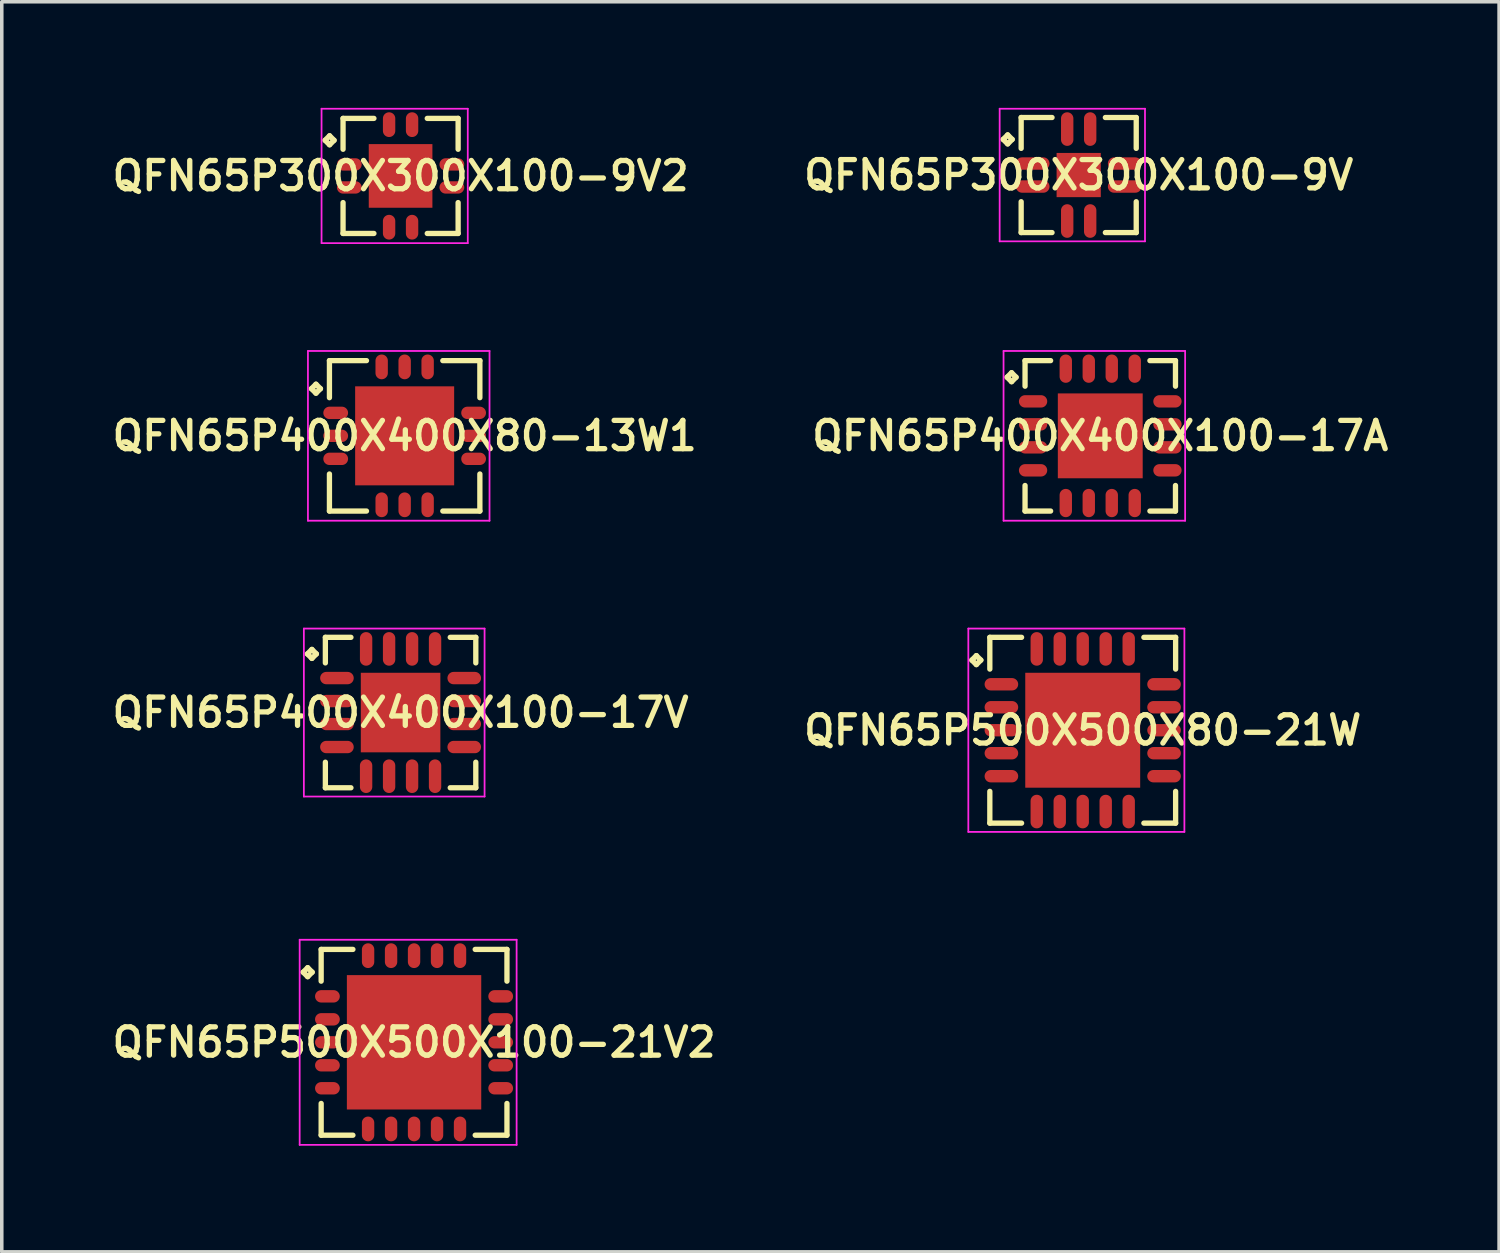
<source format=kicad_pcb>
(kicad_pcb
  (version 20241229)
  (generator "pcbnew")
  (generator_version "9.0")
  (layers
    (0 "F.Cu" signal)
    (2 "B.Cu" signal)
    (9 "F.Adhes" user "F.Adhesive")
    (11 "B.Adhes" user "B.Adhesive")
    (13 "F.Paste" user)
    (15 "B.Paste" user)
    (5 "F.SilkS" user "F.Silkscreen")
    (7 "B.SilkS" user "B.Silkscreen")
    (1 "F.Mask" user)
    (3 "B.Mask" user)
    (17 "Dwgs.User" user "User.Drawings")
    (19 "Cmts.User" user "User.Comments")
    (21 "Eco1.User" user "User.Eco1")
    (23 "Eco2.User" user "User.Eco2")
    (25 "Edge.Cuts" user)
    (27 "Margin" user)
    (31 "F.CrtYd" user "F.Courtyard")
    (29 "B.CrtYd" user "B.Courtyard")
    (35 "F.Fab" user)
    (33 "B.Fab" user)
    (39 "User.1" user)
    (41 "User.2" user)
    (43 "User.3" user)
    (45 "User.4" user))
  (footprint "QFN65P300X300X100-9V2"
    (layer "F.Cu")
    (at 8.278 1.925)
    (property "Reference" "QFN65P300X300X100-9V2" (at 0 0 0) (layer "F.SilkS") (effects (font (size 0.8 0.8) (thickness 0.15))))
    (attr smd)
    (fp_line (start -2.135 -1.008) (end -2.008 -1.135) (stroke (width 0.15) (type solid)) (layer "F.SilkS"))
    (fp_line (start -2.008 -1.135) (end -1.881 -1.008) (stroke (width 0.15) (type solid)) (layer "F.SilkS"))
    (fp_line (start -2.008 -0.881) (end -2.135 -1.008) (stroke (width 0.15) (type solid)) (layer "F.SilkS"))
    (fp_line (start -1.881 -1.008) (end -2.008 -0.881) (stroke (width 0.15) (type solid)) (layer "F.SilkS"))
    (fp_line (start -1.627 -1.627) (end -0.754 -1.627) (stroke (width 0.15) (type solid)) (layer "F.SilkS"))
    (fp_line (start -1.627 -0.754) (end -1.627 -1.627) (stroke (width 0.15) (type solid)) (layer "F.SilkS"))
    (fp_line (start -1.627 0.754) (end -1.627 1.627) (stroke (width 0.15) (type solid)) (layer "F.SilkS"))
    (fp_line (start -1.627 1.627) (end -0.754 1.627) (stroke (width 0.15) (type solid)) (layer "F.SilkS"))
    (fp_line (start 0.754 -1.627) (end 1.627 -1.627) (stroke (width 0.15) (type solid)) (layer "F.SilkS"))
    (fp_line (start 0.754 1.627) (end 1.627 1.627) (stroke (width 0.15) (type solid)) (layer "F.SilkS"))
    (fp_line (start 1.627 -1.627) (end 1.627 -0.754) (stroke (width 0.15) (type solid)) (layer "F.SilkS"))
    (fp_line (start 1.627 1.627) (end 1.627 0.754) (stroke (width 0.15) (type solid)) (layer "F.SilkS"))
    (fp_line (start -2.235 -1.9) (end 1.9 -1.9) (stroke (width 0.05) (type solid)) (layer "F.CrtYd"))
    (fp_line (start -2.235 1.9) (end -2.235 -1.9) (stroke (width 0.05) (type solid)) (layer "F.CrtYd"))
    (fp_line (start 1.9 -1.9) (end 1.9 1.9) (stroke (width 0.05) (type solid)) (layer "F.CrtYd"))
    (fp_line (start 1.9 1.9) (end -2.235 1.9) (stroke (width 0.05) (type solid)) (layer "F.CrtYd"))
    (pad "1" smd oval (at -1.45 -0.325) (size 0.7 0.35) (layers "F.Cu" "F.Mask" "F.Paste"))
    (pad "2" smd oval (at -1.45 0.325) (size 0.7 0.35) (layers "F.Cu" "F.Mask" "F.Paste"))
    (pad "3" smd oval (at -0.325 1.45) (size 0.35 0.7) (layers "F.Cu" "F.Mask" "F.Paste"))
    (pad "4" smd oval (at 0.325 1.45) (size 0.35 0.7) (layers "F.Cu" "F.Mask" "F.Paste"))
    (pad "5" smd oval (at 1.45 0.325) (size 0.7 0.35) (layers "F.Cu" "F.Mask" "F.Paste"))
    (pad "6" smd oval (at 1.45 -0.325) (size 0.7 0.35) (layers "F.Cu" "F.Mask" "F.Paste"))
    (pad "7" smd oval (at 0.325 -1.45) (size 0.35 0.7) (layers "F.Cu" "F.Mask" "F.Paste"))
    (pad "8" smd oval (at -0.325 -1.45) (size 0.35 0.7) (layers "F.Cu" "F.Mask" "F.Paste"))
    (pad "9" smd rect (at 0 0) (size 1.8 1.8) (layers "F.Cu" "F.Mask" "F.Paste")))
  (footprint "QFN65P500X500X100-21V2"
    (layer "F.Cu")
    (at 8.659 26.425)
    (property "Reference" "QFN65P500X500X100-21V2" (at 0 0 0) (layer "F.SilkS") (effects (font (size 0.8 0.8) (thickness 0.15))))
    (attr smd)
    (fp_line (start -3.135 -1.983) (end -3.008 -2.11) (stroke (width 0.15) (type solid)) (layer "F.SilkS"))
    (fp_line (start -3.008 -2.11) (end -2.881 -1.983) (stroke (width 0.15) (type solid)) (layer "F.SilkS"))
    (fp_line (start -3.008 -1.856) (end -3.135 -1.983) (stroke (width 0.15) (type solid)) (layer "F.SilkS"))
    (fp_line (start -2.881 -1.983) (end -3.008 -1.856) (stroke (width 0.15) (type solid)) (layer "F.SilkS"))
    (fp_line (start -2.627 -2.627) (end -1.729 -2.627) (stroke (width 0.15) (type solid)) (layer "F.SilkS"))
    (fp_line (start -2.627 -1.729) (end -2.627 -2.627) (stroke (width 0.15) (type solid)) (layer "F.SilkS"))
    (fp_line (start -2.627 1.729) (end -2.627 2.627) (stroke (width 0.15) (type solid)) (layer "F.SilkS"))
    (fp_line (start -2.627 2.627) (end -1.729 2.627) (stroke (width 0.15) (type solid)) (layer "F.SilkS"))
    (fp_line (start 1.729 -2.627) (end 2.627 -2.627) (stroke (width 0.15) (type solid)) (layer "F.SilkS"))
    (fp_line (start 1.729 2.627) (end 2.627 2.627) (stroke (width 0.15) (type solid)) (layer "F.SilkS"))
    (fp_line (start 2.627 -2.627) (end 2.627 -1.729) (stroke (width 0.15) (type solid)) (layer "F.SilkS"))
    (fp_line (start 2.627 2.627) (end 2.627 1.729) (stroke (width 0.15) (type solid)) (layer "F.SilkS"))
    (fp_line (start -3.235 -2.9) (end 2.9 -2.9) (stroke (width 0.05) (type solid)) (layer "F.CrtYd"))
    (fp_line (start -3.235 2.9) (end -3.235 -2.9) (stroke (width 0.05) (type solid)) (layer "F.CrtYd"))
    (fp_line (start 2.9 -2.9) (end 2.9 2.9) (stroke (width 0.05) (type solid)) (layer "F.CrtYd"))
    (fp_line (start 2.9 2.9) (end -3.235 2.9) (stroke (width 0.05) (type solid)) (layer "F.CrtYd"))
    (pad "1" smd oval (at -2.45 -1.3) (size 0.7 0.35) (layers "F.Cu" "F.Mask" "F.Paste"))
    (pad "2" smd oval (at -2.45 -0.65) (size 0.7 0.35) (layers "F.Cu" "F.Mask" "F.Paste"))
    (pad "3" smd oval (at -2.45 0) (size 0.7 0.35) (layers "F.Cu" "F.Mask" "F.Paste"))
    (pad "4" smd oval (at -2.45 0.65) (size 0.7 0.35) (layers "F.Cu" "F.Mask" "F.Paste"))
    (pad "5" smd oval (at -2.45 1.3) (size 0.7 0.35) (layers "F.Cu" "F.Mask" "F.Paste"))
    (pad "6" smd oval (at -1.3 2.45) (size 0.35 0.7) (layers "F.Cu" "F.Mask" "F.Paste"))
    (pad "7" smd oval (at -0.65 2.45) (size 0.35 0.7) (layers "F.Cu" "F.Mask" "F.Paste"))
    (pad "8" smd oval (at 0 2.45) (size 0.35 0.7) (layers "F.Cu" "F.Mask" "F.Paste"))
    (pad "9" smd oval (at 0.65 2.45) (size 0.35 0.7) (layers "F.Cu" "F.Mask" "F.Paste"))
    (pad "10" smd oval (at 1.3 2.45) (size 0.35 0.7) (layers "F.Cu" "F.Mask" "F.Paste"))
    (pad "11" smd oval (at 2.45 1.3) (size 0.7 0.35) (layers "F.Cu" "F.Mask" "F.Paste"))
    (pad "12" smd oval (at 2.45 0.65) (size 0.7 0.35) (layers "F.Cu" "F.Mask" "F.Paste"))
    (pad "13" smd oval (at 2.45 0) (size 0.7 0.35) (layers "F.Cu" "F.Mask" "F.Paste"))
    (pad "14" smd oval (at 2.45 -0.65) (size 0.7 0.35) (layers "F.Cu" "F.Mask" "F.Paste"))
    (pad "15" smd oval (at 2.45 -1.3) (size 0.7 0.35) (layers "F.Cu" "F.Mask" "F.Paste"))
    (pad "16" smd oval (at 1.3 -2.45) (size 0.35 0.7) (layers "F.Cu" "F.Mask" "F.Paste"))
    (pad "17" smd oval (at 0.65 -2.45) (size 0.35 0.7) (layers "F.Cu" "F.Mask" "F.Paste"))
    (pad "18" smd oval (at 0 -2.45) (size 0.35 0.7) (layers "F.Cu" "F.Mask" "F.Paste"))
    (pad "19" smd oval (at -0.65 -2.45) (size 0.35 0.7) (layers "F.Cu" "F.Mask" "F.Paste"))
    (pad "20" smd oval (at -1.3 -2.45) (size 0.35 0.7) (layers "F.Cu" "F.Mask" "F.Paste"))
    (pad "21" smd rect (at 0 0) (size 3.8 3.8) (layers "F.Cu" "F.Mask" "F.Paste")))
  (footprint "QFN65P500X500X80-21W"
    (layer "F.Cu")
    (at 27.568 17.6)
    (property "Reference" "QFN65P500X500X80-21W" (at 0 0 0) (layer "F.SilkS") (effects (font (size 0.8 0.8) (thickness 0.15))))
    (attr smd)
    (fp_line (start -3.135 -1.983) (end -3.008 -2.11) (stroke (width 0.15) (type solid)) (layer "F.SilkS"))
    (fp_line (start -3.008 -2.11) (end -2.881 -1.983) (stroke (width 0.15) (type solid)) (layer "F.SilkS"))
    (fp_line (start -3.008 -1.856) (end -3.135 -1.983) (stroke (width 0.15) (type solid)) (layer "F.SilkS"))
    (fp_line (start -2.881 -1.983) (end -3.008 -1.856) (stroke (width 0.15) (type solid)) (layer "F.SilkS"))
    (fp_line (start -2.627 -2.627) (end -1.729 -2.627) (stroke (width 0.15) (type solid)) (layer "F.SilkS"))
    (fp_line (start -2.627 -1.729) (end -2.627 -2.627) (stroke (width 0.15) (type solid)) (layer "F.SilkS"))
    (fp_line (start -2.627 1.729) (end -2.627 2.627) (stroke (width 0.15) (type solid)) (layer "F.SilkS"))
    (fp_line (start -2.627 2.627) (end -1.729 2.627) (stroke (width 0.15) (type solid)) (layer "F.SilkS"))
    (fp_line (start 1.729 -2.627) (end 2.627 -2.627) (stroke (width 0.15) (type solid)) (layer "F.SilkS"))
    (fp_line (start 1.729 2.627) (end 2.627 2.627) (stroke (width 0.15) (type solid)) (layer "F.SilkS"))
    (fp_line (start 2.627 -2.627) (end 2.627 -1.729) (stroke (width 0.15) (type solid)) (layer "F.SilkS"))
    (fp_line (start 2.627 2.627) (end 2.627 1.729) (stroke (width 0.15) (type solid)) (layer "F.SilkS"))
    (fp_line (start -3.235 -2.875) (end 2.875 -2.875) (stroke (width 0.05) (type solid)) (layer "F.CrtYd"))
    (fp_line (start -3.235 2.875) (end -3.235 -2.875) (stroke (width 0.05) (type solid)) (layer "F.CrtYd"))
    (fp_line (start 2.875 -2.875) (end 2.875 2.875) (stroke (width 0.05) (type solid)) (layer "F.CrtYd"))
    (fp_line (start 2.875 2.875) (end -3.235 2.875) (stroke (width 0.05) (type solid)) (layer "F.CrtYd"))
    (pad "1" smd oval (at -2.3 -1.3) (size 0.95 0.35) (layers "F.Cu" "F.Mask" "F.Paste"))
    (pad "2" smd oval (at -2.3 -0.65) (size 0.95 0.35) (layers "F.Cu" "F.Mask" "F.Paste"))
    (pad "3" smd oval (at -2.3 0) (size 0.95 0.35) (layers "F.Cu" "F.Mask" "F.Paste"))
    (pad "4" smd oval (at -2.3 0.65) (size 0.95 0.35) (layers "F.Cu" "F.Mask" "F.Paste"))
    (pad "5" smd oval (at -2.3 1.3) (size 0.95 0.35) (layers "F.Cu" "F.Mask" "F.Paste"))
    (pad "6" smd oval (at -1.3 2.3) (size 0.35 0.95) (layers "F.Cu" "F.Mask" "F.Paste"))
    (pad "7" smd oval (at -0.65 2.3) (size 0.35 0.95) (layers "F.Cu" "F.Mask" "F.Paste"))
    (pad "8" smd oval (at 0 2.3) (size 0.35 0.95) (layers "F.Cu" "F.Mask" "F.Paste"))
    (pad "9" smd oval (at 0.65 2.3) (size 0.35 0.95) (layers "F.Cu" "F.Mask" "F.Paste"))
    (pad "10" smd oval (at 1.3 2.3) (size 0.35 0.95) (layers "F.Cu" "F.Mask" "F.Paste"))
    (pad "11" smd oval (at 2.3 1.3) (size 0.95 0.35) (layers "F.Cu" "F.Mask" "F.Paste"))
    (pad "12" smd oval (at 2.3 0.65) (size 0.95 0.35) (layers "F.Cu" "F.Mask" "F.Paste"))
    (pad "13" smd oval (at 2.3 0) (size 0.95 0.35) (layers "F.Cu" "F.Mask" "F.Paste"))
    (pad "14" smd oval (at 2.3 -0.65) (size 0.95 0.35) (layers "F.Cu" "F.Mask" "F.Paste"))
    (pad "15" smd oval (at 2.3 -1.3) (size 0.95 0.35) (layers "F.Cu" "F.Mask" "F.Paste"))
    (pad "16" smd oval (at 1.3 -2.3) (size 0.35 0.95) (layers "F.Cu" "F.Mask" "F.Paste"))
    (pad "17" smd oval (at 0.65 -2.3) (size 0.35 0.95) (layers "F.Cu" "F.Mask" "F.Paste"))
    (pad "18" smd oval (at 0 -2.3) (size 0.35 0.95) (layers "F.Cu" "F.Mask" "F.Paste"))
    (pad "19" smd oval (at -0.65 -2.3) (size 0.35 0.95) (layers "F.Cu" "F.Mask" "F.Paste"))
    (pad "20" smd oval (at -1.3 -2.3) (size 0.35 0.95) (layers "F.Cu" "F.Mask" "F.Paste"))
    (pad "21" smd rect (at 0 0) (size 3.25 3.25) (layers "F.Cu" "F.Mask" "F.Paste")))
  (footprint "QFN65P400X400X80-13W1"
    (layer "F.Cu")
    (at 8.393 9.275)
    (property "Reference" "QFN65P400X400X80-13W1" (at 0 0 0) (layer "F.SilkS") (effects (font (size 0.8 0.8) (thickness 0.15))))
    (attr smd)
    (fp_line (start -2.635 -1.333) (end -2.508 -1.46) (stroke (width 0.15) (type solid)) (layer "F.SilkS"))
    (fp_line (start -2.508 -1.46) (end -2.381 -1.333) (stroke (width 0.15) (type solid)) (layer "F.SilkS"))
    (fp_line (start -2.508 -1.206) (end -2.635 -1.333) (stroke (width 0.15) (type solid)) (layer "F.SilkS"))
    (fp_line (start -2.381 -1.333) (end -2.508 -1.206) (stroke (width 0.15) (type solid)) (layer "F.SilkS"))
    (fp_line (start -2.127 -2.127) (end -1.079 -2.127) (stroke (width 0.15) (type solid)) (layer "F.SilkS"))
    (fp_line (start -2.127 -1.079) (end -2.127 -2.127) (stroke (width 0.15) (type solid)) (layer "F.SilkS"))
    (fp_line (start -2.127 1.079) (end -2.127 2.127) (stroke (width 0.15) (type solid)) (layer "F.SilkS"))
    (fp_line (start -2.127 2.127) (end -1.079 2.127) (stroke (width 0.15) (type solid)) (layer "F.SilkS"))
    (fp_line (start 1.079 -2.127) (end 2.127 -2.127) (stroke (width 0.15) (type solid)) (layer "F.SilkS"))
    (fp_line (start 1.079 2.127) (end 2.127 2.127) (stroke (width 0.15) (type solid)) (layer "F.SilkS"))
    (fp_line (start 2.127 -2.127) (end 2.127 -1.079) (stroke (width 0.15) (type solid)) (layer "F.SilkS"))
    (fp_line (start 2.127 2.127) (end 2.127 1.079) (stroke (width 0.15) (type solid)) (layer "F.SilkS"))
    (fp_line (start -2.735 -2.4) (end 2.4 -2.4) (stroke (width 0.05) (type solid)) (layer "F.CrtYd"))
    (fp_line (start -2.735 2.4) (end -2.735 -2.4) (stroke (width 0.05) (type solid)) (layer "F.CrtYd"))
    (fp_line (start 2.4 -2.4) (end 2.4 2.4) (stroke (width 0.05) (type solid)) (layer "F.CrtYd"))
    (fp_line (start 2.4 2.4) (end -2.735 2.4) (stroke (width 0.05) (type solid)) (layer "F.CrtYd"))
    (pad "1" smd oval (at -1.95 -0.65) (size 0.7 0.35) (layers "F.Cu" "F.Mask" "F.Paste"))
    (pad "2" smd oval (at -1.95 0) (size 0.7 0.35) (layers "F.Cu" "F.Mask" "F.Paste"))
    (pad "3" smd oval (at -1.95 0.65) (size 0.7 0.35) (layers "F.Cu" "F.Mask" "F.Paste"))
    (pad "4" smd oval (at -0.65 1.95) (size 0.35 0.7) (layers "F.Cu" "F.Mask" "F.Paste"))
    (pad "5" smd oval (at 0 1.95) (size 0.35 0.7) (layers "F.Cu" "F.Mask" "F.Paste"))
    (pad "6" smd oval (at 0.65 1.95) (size 0.35 0.7) (layers "F.Cu" "F.Mask" "F.Paste"))
    (pad "7" smd oval (at 1.95 0.65) (size 0.7 0.35) (layers "F.Cu" "F.Mask" "F.Paste"))
    (pad "8" smd oval (at 1.95 0) (size 0.7 0.35) (layers "F.Cu" "F.Mask" "F.Paste"))
    (pad "9" smd oval (at 1.95 -0.65) (size 0.7 0.35) (layers "F.Cu" "F.Mask" "F.Paste"))
    (pad "10" smd oval (at 0.65 -1.95) (size 0.35 0.7) (layers "F.Cu" "F.Mask" "F.Paste"))
    (pad "11" smd oval (at 0 -1.95) (size 0.35 0.7) (layers "F.Cu" "F.Mask" "F.Paste"))
    (pad "12" smd oval (at -0.65 -1.95) (size 0.35 0.7) (layers "F.Cu" "F.Mask" "F.Paste"))
    (pad "13" smd rect (at 0 0) (size 2.8 2.8) (layers "F.Cu" "F.Mask" "F.Paste")))
  (footprint "QFN65P400X400X100-17A"
    (layer "F.Cu")
    (at 28.064 9.275)
    (property "Reference" "QFN65P400X400X100-17A" (at 0 0 0) (layer "F.SilkS") (effects (font (size 0.8 0.8) (thickness 0.15))))
    (attr smd)
    (fp_line (start -2.635 -1.658) (end -2.508 -1.785) (stroke (width 0.15) (type solid)) (layer "F.SilkS"))
    (fp_line (start -2.508 -1.785) (end -2.381 -1.658) (stroke (width 0.15) (type solid)) (layer "F.SilkS"))
    (fp_line (start -2.508 -1.531) (end -2.635 -1.658) (stroke (width 0.15) (type solid)) (layer "F.SilkS"))
    (fp_line (start -2.381 -1.658) (end -2.508 -1.531) (stroke (width 0.15) (type solid)) (layer "F.SilkS"))
    (fp_line (start -2.127 -2.127) (end -1.404 -2.127) (stroke (width 0.15) (type solid)) (layer "F.SilkS"))
    (fp_line (start -2.127 -1.404) (end -2.127 -2.127) (stroke (width 0.15) (type solid)) (layer "F.SilkS"))
    (fp_line (start -2.127 1.404) (end -2.127 2.127) (stroke (width 0.15) (type solid)) (layer "F.SilkS"))
    (fp_line (start -2.127 2.127) (end -1.404 2.127) (stroke (width 0.15) (type solid)) (layer "F.SilkS"))
    (fp_line (start 1.404 -2.127) (end 2.127 -2.127) (stroke (width 0.15) (type solid)) (layer "F.SilkS"))
    (fp_line (start 1.404 2.127) (end 2.127 2.127) (stroke (width 0.15) (type solid)) (layer "F.SilkS"))
    (fp_line (start 2.127 -2.127) (end 2.127 -1.404) (stroke (width 0.15) (type solid)) (layer "F.SilkS"))
    (fp_line (start 2.127 2.127) (end 2.127 1.404) (stroke (width 0.15) (type solid)) (layer "F.SilkS"))
    (fp_line (start -2.735 -2.4) (end 2.4 -2.4) (stroke (width 0.05) (type solid)) (layer "F.CrtYd"))
    (fp_line (start -2.735 2.4) (end -2.735 -2.4) (stroke (width 0.05) (type solid)) (layer "F.CrtYd"))
    (fp_line (start 2.4 -2.4) (end 2.4 2.4) (stroke (width 0.05) (type solid)) (layer "F.CrtYd"))
    (fp_line (start 2.4 2.4) (end -2.735 2.4) (stroke (width 0.05) (type solid)) (layer "F.CrtYd"))
    (pad "1" smd oval (at -1.9 -0.975) (size 0.8 0.35) (layers "F.Cu" "F.Mask" "F.Paste"))
    (pad "2" smd oval (at -1.9 -0.325) (size 0.8 0.35) (layers "F.Cu" "F.Mask" "F.Paste"))
    (pad "3" smd oval (at -1.9 0.325) (size 0.8 0.35) (layers "F.Cu" "F.Mask" "F.Paste"))
    (pad "4" smd oval (at -1.9 0.975) (size 0.8 0.35) (layers "F.Cu" "F.Mask" "F.Paste"))
    (pad "5" smd oval (at -0.975 1.9) (size 0.35 0.8) (layers "F.Cu" "F.Mask" "F.Paste"))
    (pad "6" smd oval (at -0.325 1.9) (size 0.35 0.8) (layers "F.Cu" "F.Mask" "F.Paste"))
    (pad "7" smd oval (at 0.325 1.9) (size 0.35 0.8) (layers "F.Cu" "F.Mask" "F.Paste"))
    (pad "8" smd oval (at 0.975 1.9) (size 0.35 0.8) (layers "F.Cu" "F.Mask" "F.Paste"))
    (pad "9" smd oval (at 1.9 0.975) (size 0.8 0.35) (layers "F.Cu" "F.Mask" "F.Paste"))
    (pad "10" smd oval (at 1.9 0.325) (size 0.8 0.35) (layers "F.Cu" "F.Mask" "F.Paste"))
    (pad "11" smd oval (at 1.9 -0.325) (size 0.8 0.35) (layers "F.Cu" "F.Mask" "F.Paste"))
    (pad "12" smd oval (at 1.9 -0.975) (size 0.8 0.35) (layers "F.Cu" "F.Mask" "F.Paste"))
    (pad "13" smd oval (at 0.975 -1.9) (size 0.35 0.8) (layers "F.Cu" "F.Mask" "F.Paste"))
    (pad "14" smd oval (at 0.325 -1.9) (size 0.35 0.8) (layers "F.Cu" "F.Mask" "F.Paste"))
    (pad "15" smd oval (at -0.325 -1.9) (size 0.35 0.8) (layers "F.Cu" "F.Mask" "F.Paste"))
    (pad "16" smd oval (at -0.975 -1.9) (size 0.35 0.8) (layers "F.Cu" "F.Mask" "F.Paste"))
    (pad "17" smd rect (at 0 0) (size 2.4 2.4) (layers "F.Cu" "F.Mask" "F.Paste")))
  (footprint "QFN65P300X300X100-9V"
    (layer "F.Cu")
    (at 27.454 1.9)
    (property "Reference" "QFN65P300X300X100-9V" (at 0 0 0) (layer "F.SilkS") (effects (font (size 0.8 0.8) (thickness 0.15))))
    (attr smd)
    (fp_line (start -2.135 -1.008) (end -2.008 -1.135) (stroke (width 0.15) (type solid)) (layer "F.SilkS"))
    (fp_line (start -2.008 -1.135) (end -1.881 -1.008) (stroke (width 0.15) (type solid)) (layer "F.SilkS"))
    (fp_line (start -2.008 -0.881) (end -2.135 -1.008) (stroke (width 0.15) (type solid)) (layer "F.SilkS"))
    (fp_line (start -1.881 -1.008) (end -2.008 -0.881) (stroke (width 0.15) (type solid)) (layer "F.SilkS"))
    (fp_line (start -1.627 -1.627) (end -0.754 -1.627) (stroke (width 0.15) (type solid)) (layer "F.SilkS"))
    (fp_line (start -1.627 -0.754) (end -1.627 -1.627) (stroke (width 0.15) (type solid)) (layer "F.SilkS"))
    (fp_line (start -1.627 0.754) (end -1.627 1.627) (stroke (width 0.15) (type solid)) (layer "F.SilkS"))
    (fp_line (start -1.627 1.627) (end -0.754 1.627) (stroke (width 0.15) (type solid)) (layer "F.SilkS"))
    (fp_line (start 0.754 -1.627) (end 1.627 -1.627) (stroke (width 0.15) (type solid)) (layer "F.SilkS"))
    (fp_line (start 0.754 1.627) (end 1.627 1.627) (stroke (width 0.15) (type solid)) (layer "F.SilkS"))
    (fp_line (start 1.627 -1.627) (end 1.627 -0.754) (stroke (width 0.15) (type solid)) (layer "F.SilkS"))
    (fp_line (start 1.627 1.627) (end 1.627 0.754) (stroke (width 0.15) (type solid)) (layer "F.SilkS"))
    (fp_line (start -2.235 -1.875) (end 1.875 -1.875) (stroke (width 0.05) (type solid)) (layer "F.CrtYd"))
    (fp_line (start -2.235 1.875) (end -2.235 -1.875) (stroke (width 0.05) (type solid)) (layer "F.CrtYd"))
    (fp_line (start 1.875 -1.875) (end 1.875 1.875) (stroke (width 0.05) (type solid)) (layer "F.CrtYd"))
    (fp_line (start 1.875 1.875) (end -2.235 1.875) (stroke (width 0.05) (type solid)) (layer "F.CrtYd"))
    (pad "1" smd oval (at -1.3 -0.325) (size 0.95 0.35) (layers "F.Cu" "F.Mask" "F.Paste"))
    (pad "2" smd oval (at -1.3 0.325) (size 0.95 0.35) (layers "F.Cu" "F.Mask" "F.Paste"))
    (pad "3" smd oval (at -0.325 1.3) (size 0.35 0.95) (layers "F.Cu" "F.Mask" "F.Paste"))
    (pad "4" smd oval (at 0.325 1.3) (size 0.35 0.95) (layers "F.Cu" "F.Mask" "F.Paste"))
    (pad "5" smd oval (at 1.3 0.325) (size 0.95 0.35) (layers "F.Cu" "F.Mask" "F.Paste"))
    (pad "6" smd oval (at 1.3 -0.325) (size 0.95 0.35) (layers "F.Cu" "F.Mask" "F.Paste"))
    (pad "7" smd oval (at 0.325 -1.3) (size 0.35 0.95) (layers "F.Cu" "F.Mask" "F.Paste"))
    (pad "8" smd oval (at -0.325 -1.3) (size 0.35 0.95) (layers "F.Cu" "F.Mask" "F.Paste"))
    (pad "9" smd rect (at 0 0) (size 1.25 1.25) (layers "F.Cu" "F.Mask" "F.Paste")))
  (footprint "QFN65P400X400X100-17V"
    (layer "F.Cu")
    (at 8.278 17.1)
    (property "Reference" "QFN65P400X400X100-17V" (at 0 0 0) (layer "F.SilkS") (effects (font (size 0.8 0.8) (thickness 0.15))))
    (attr smd)
    (fp_line (start -2.635 -1.658) (end -2.508 -1.785) (stroke (width 0.15) (type solid)) (layer "F.SilkS"))
    (fp_line (start -2.508 -1.785) (end -2.381 -1.658) (stroke (width 0.15) (type solid)) (layer "F.SilkS"))
    (fp_line (start -2.508 -1.531) (end -2.635 -1.658) (stroke (width 0.15) (type solid)) (layer "F.SilkS"))
    (fp_line (start -2.381 -1.658) (end -2.508 -1.531) (stroke (width 0.15) (type solid)) (layer "F.SilkS"))
    (fp_line (start -2.127 -2.127) (end -1.404 -2.127) (stroke (width 0.15) (type solid)) (layer "F.SilkS"))
    (fp_line (start -2.127 -1.404) (end -2.127 -2.127) (stroke (width 0.15) (type solid)) (layer "F.SilkS"))
    (fp_line (start -2.127 1.404) (end -2.127 2.127) (stroke (width 0.15) (type solid)) (layer "F.SilkS"))
    (fp_line (start -2.127 2.127) (end -1.404 2.127) (stroke (width 0.15) (type solid)) (layer "F.SilkS"))
    (fp_line (start 1.404 -2.127) (end 2.127 -2.127) (stroke (width 0.15) (type solid)) (layer "F.SilkS"))
    (fp_line (start 1.404 2.127) (end 2.127 2.127) (stroke (width 0.15) (type solid)) (layer "F.SilkS"))
    (fp_line (start 2.127 -2.127) (end 2.127 -1.404) (stroke (width 0.15) (type solid)) (layer "F.SilkS"))
    (fp_line (start 2.127 2.127) (end 2.127 1.404) (stroke (width 0.15) (type solid)) (layer "F.SilkS"))
    (fp_line (start -2.735 -2.375) (end 2.375 -2.375) (stroke (width 0.05) (type solid)) (layer "F.CrtYd"))
    (fp_line (start -2.735 2.375) (end -2.735 -2.375) (stroke (width 0.05) (type solid)) (layer "F.CrtYd"))
    (fp_line (start 2.375 -2.375) (end 2.375 2.375) (stroke (width 0.05) (type solid)) (layer "F.CrtYd"))
    (fp_line (start 2.375 2.375) (end -2.735 2.375) (stroke (width 0.05) (type solid)) (layer "F.CrtYd"))
    (pad "1" smd oval (at -1.8 -0.975) (size 0.95 0.35) (layers "F.Cu" "F.Mask" "F.Paste"))
    (pad "2" smd oval (at -1.8 -0.325) (size 0.95 0.35) (layers "F.Cu" "F.Mask" "F.Paste"))
    (pad "3" smd oval (at -1.8 0.325) (size 0.95 0.35) (layers "F.Cu" "F.Mask" "F.Paste"))
    (pad "4" smd oval (at -1.8 0.975) (size 0.95 0.35) (layers "F.Cu" "F.Mask" "F.Paste"))
    (pad "5" smd oval (at -0.975 1.8) (size 0.35 0.95) (layers "F.Cu" "F.Mask" "F.Paste"))
    (pad "6" smd oval (at -0.325 1.8) (size 0.35 0.95) (layers "F.Cu" "F.Mask" "F.Paste"))
    (pad "7" smd oval (at 0.325 1.8) (size 0.35 0.95) (layers "F.Cu" "F.Mask" "F.Paste"))
    (pad "8" smd oval (at 0.975 1.8) (size 0.35 0.95) (layers "F.Cu" "F.Mask" "F.Paste"))
    (pad "9" smd oval (at 1.8 0.975) (size 0.95 0.35) (layers "F.Cu" "F.Mask" "F.Paste"))
    (pad "10" smd oval (at 1.8 0.325) (size 0.95 0.35) (layers "F.Cu" "F.Mask" "F.Paste"))
    (pad "11" smd oval (at 1.8 -0.325) (size 0.95 0.35) (layers "F.Cu" "F.Mask" "F.Paste"))
    (pad "12" smd oval (at 1.8 -0.975) (size 0.95 0.35) (layers "F.Cu" "F.Mask" "F.Paste"))
    (pad "13" smd oval (at 0.975 -1.8) (size 0.35 0.95) (layers "F.Cu" "F.Mask" "F.Paste"))
    (pad "14" smd oval (at 0.325 -1.8) (size 0.35 0.95) (layers "F.Cu" "F.Mask" "F.Paste"))
    (pad "15" smd oval (at -0.325 -1.8) (size 0.35 0.95) (layers "F.Cu" "F.Mask" "F.Paste"))
    (pad "16" smd oval (at -0.975 -1.8) (size 0.35 0.95) (layers "F.Cu" "F.Mask" "F.Paste"))
    (pad "17" smd rect (at 0 0) (size 2.25 2.25) (layers "F.Cu" "F.Mask" "F.Paste")))
  (gr_rect
    (start -3 -3)
    (end 39.342 32.35)
    (stroke (width 0.1) (type default))
    (fill no)
    (layer "Edge.Cuts")))
</source>
